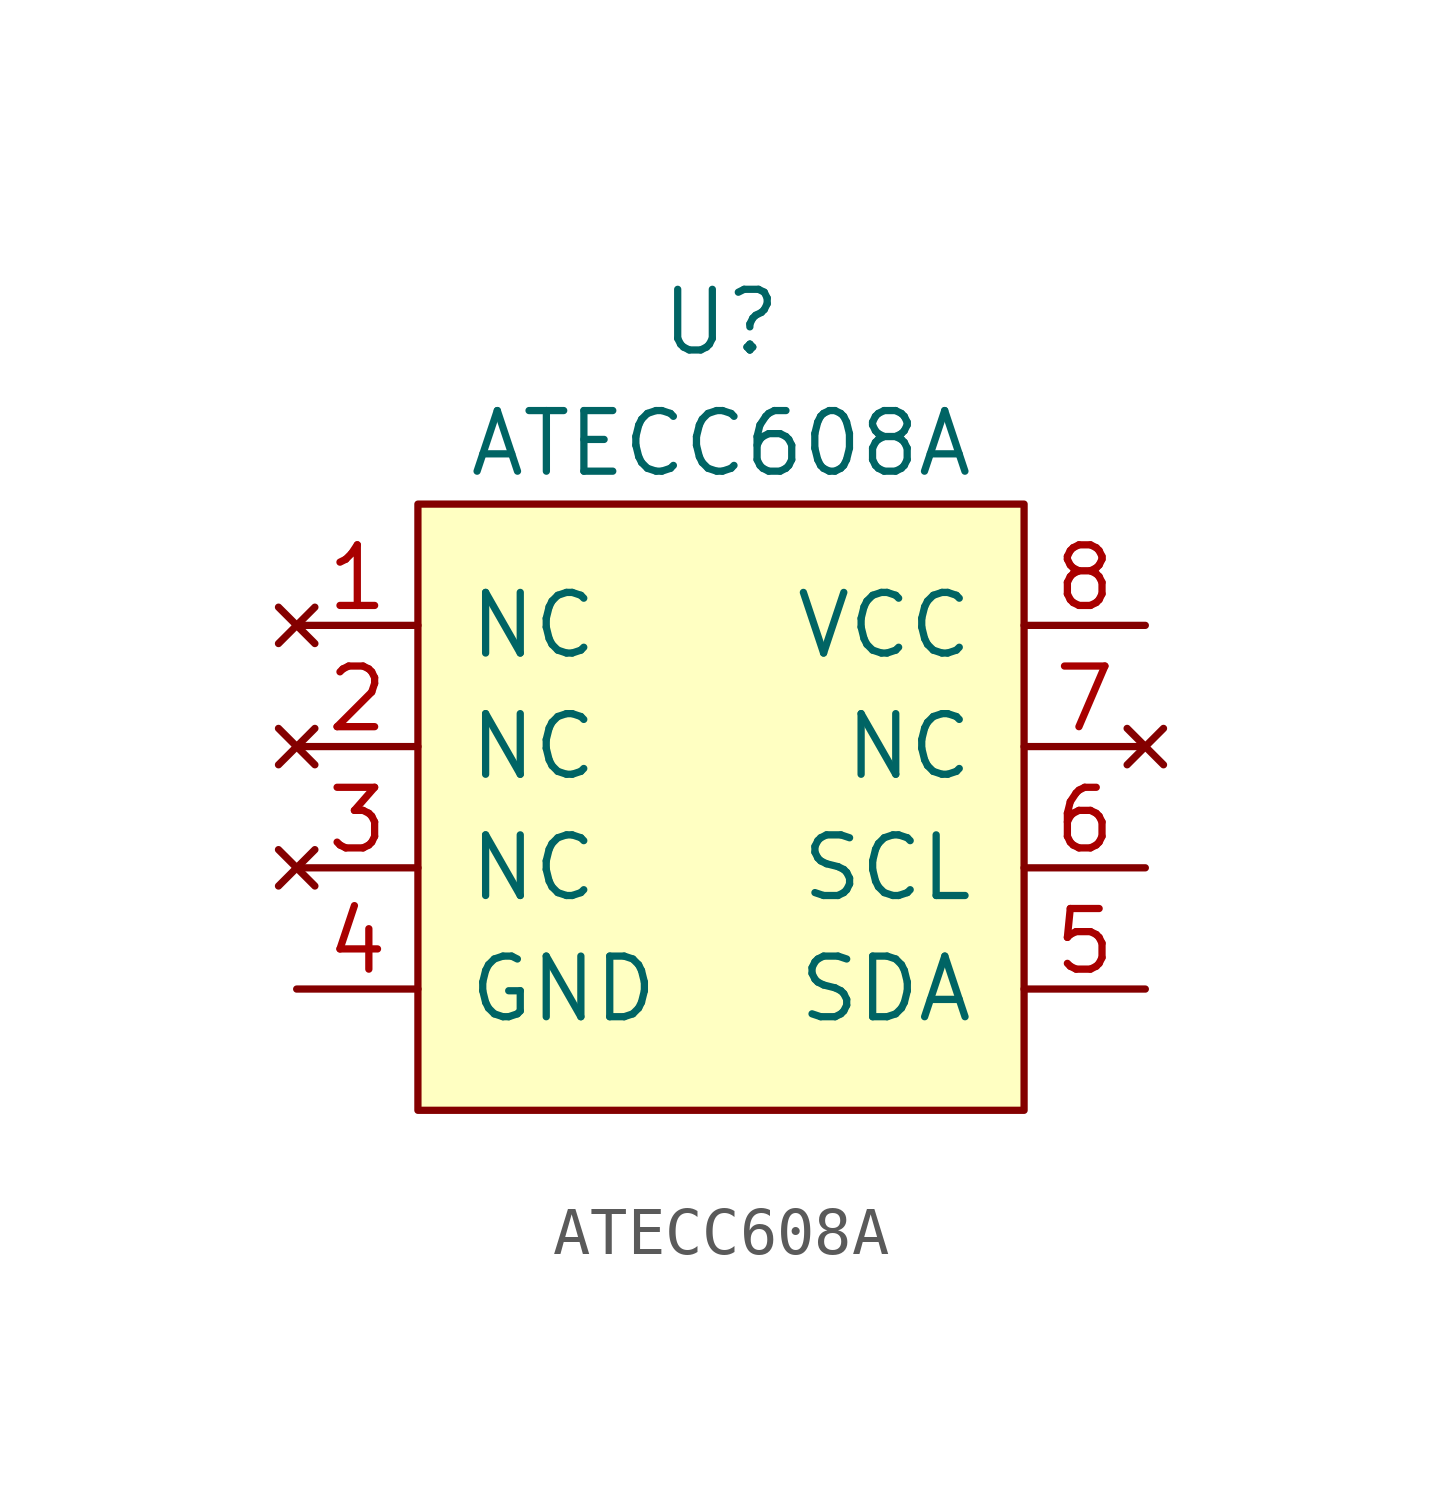
<source format=kicad_sym>
(kicad_symbol_lib
  (version 20211014)
  (generator kicad_symbol_editor)
  (symbol "ATECC608A"
    (pin_names
      (offset 1.016))
    (property "Reference" "U"
      (at 0 10.16 0)
      (effects (font (size 1.27 1.27))))
    (property "Value" "ATECC608A"
      (at 0 7.62 0)
      (effects (font (size 1.27 1.27))))
    (symbol "ATECC608A_0_1"
      (rectangle (start -6.35 6.35) (end 6.35 -6.35) (stroke (width 0) (type default) (color 0 0 0 0)) (fill (type background))))
    (symbol "ATECC608A_1_1"
      (pin no_connect line (at -8.89 3.81 0) (length 2.54) (name "NC" (effects (font (size 1.27 1.27)))) (number "1" (effects (font (size 1.27 1.27)))))
      (pin no_connect line (at -8.89 1.27 0) (length 2.54) (name "NC" (effects (font (size 1.27 1.27)))) (number "2" (effects (font (size 1.27 1.27)))))
      (pin no_connect line (at -8.89 -1.27 0) (length 2.54) (name "NC" (effects (font (size 1.27 1.27)))) (number "3" (effects (font (size 1.27 1.27)))))
      (pin power_in line (at -8.89 -3.81 0) (length 2.54) (name "GND" (effects (font (size 1.27 1.27)))) (number "4" (effects (font (size 1.27 1.27)))))
      (pin bidirectional line (at 8.89 -3.81 180) (length 2.54) (name "SDA" (effects (font (size 1.27 1.27)))) (number "5" (effects (font (size 1.27 1.27)))))
      (pin bidirectional line (at 8.89 -1.27 180) (length 2.54) (name "SCL" (effects (font (size 1.27 1.27)))) (number "6" (effects (font (size 1.27 1.27)))))
      (pin no_connect line (at 8.89 1.27 180) (length 2.54) (name "NC" (effects (font (size 1.27 1.27)))) (number "7" (effects (font (size 1.27 1.27)))))
      (pin power_in line (at 8.89 3.81 180) (length 2.54) (name "VCC" (effects (font (size 1.27 1.27)))) (number "8" (effects (font (size 1.27 1.27))))))))
</source>
